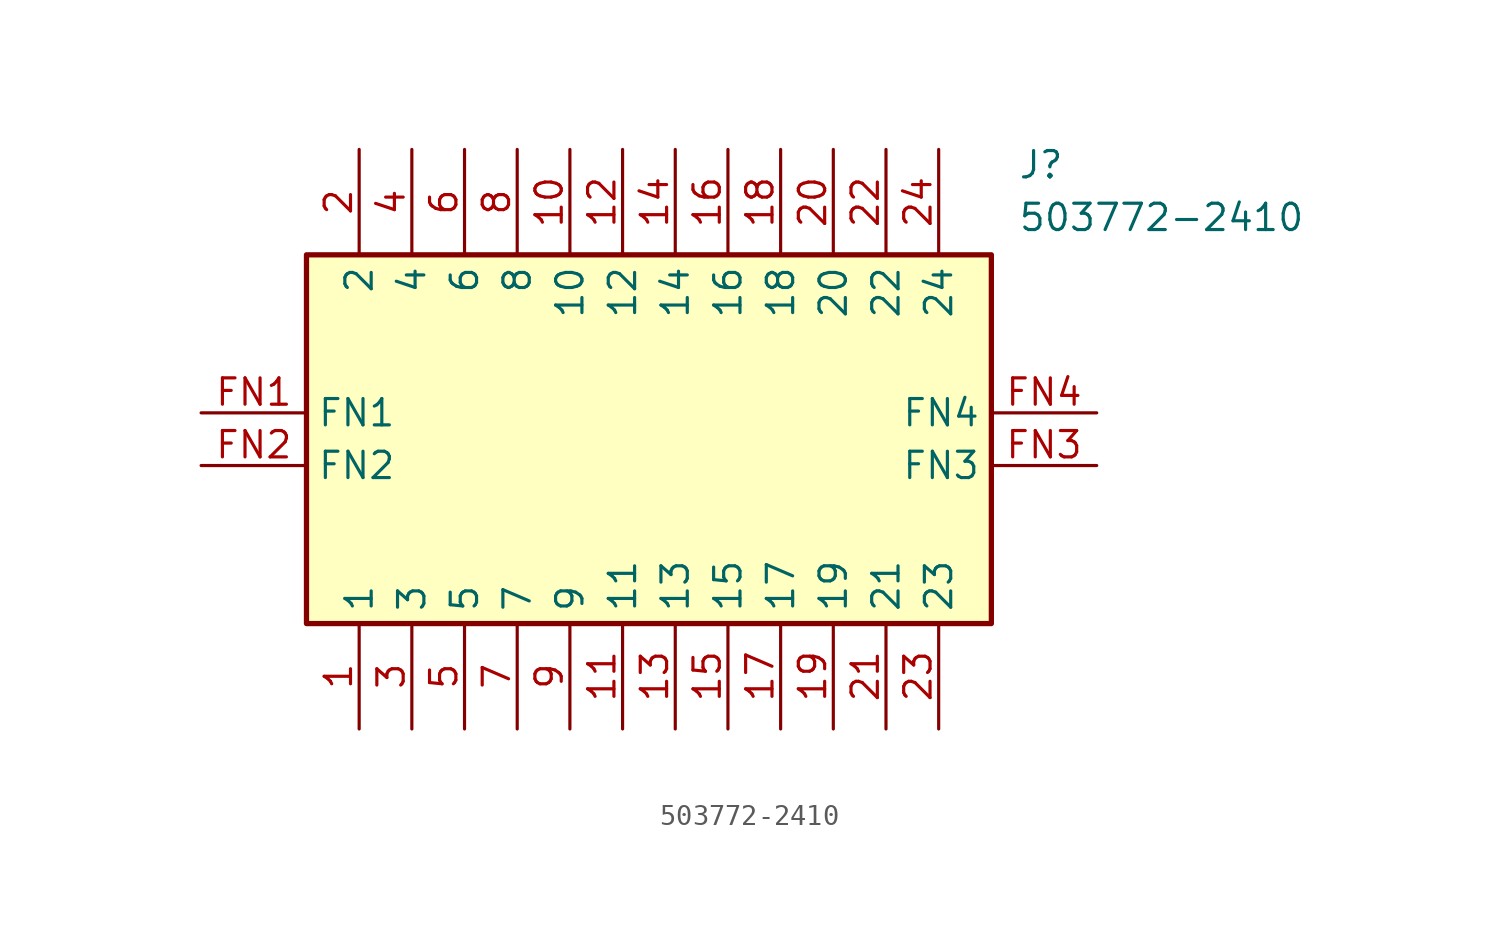
<source format=kicad_sym>
(kicad_symbol_lib
  (version 20211014)
  (generator SamacSys_ECAD_Model)
  (symbol "503772-2410"
    (property "Reference" "J"
      (at 39.37 12.7 0)
      (effects (font (size 1.27 1.27)) (justify left top)))
    (property "Value" "503772-2410"
      (at 39.37 10.16 0)
      (effects (font (size 1.27 1.27)) (justify left top)))
    (rectangle
      (start 5.08 7.62)
      (end 38.1 -10.16)
      (stroke (width 0.254) (type default))
      (fill (type background)))
    (pin passive line
      (at 7.62 -15.24 90)
      (length 5.08)
      (name "1" (effects (font (size 1.27 1.27))))
      (number "1" (effects (font (size 1.27 1.27)))))
    (pin passive line
      (at 7.62 12.7 270)
      (length 5.08)
      (name "2" (effects (font (size 1.27 1.27))))
      (number "2" (effects (font (size 1.27 1.27)))))
    (pin passive line
      (at 10.16 -15.24 90)
      (length 5.08)
      (name "3" (effects (font (size 1.27 1.27))))
      (number "3" (effects (font (size 1.27 1.27)))))
    (pin passive line
      (at 10.16 12.7 270)
      (length 5.08)
      (name "4" (effects (font (size 1.27 1.27))))
      (number "4" (effects (font (size 1.27 1.27)))))
    (pin passive line
      (at 12.7 -15.24 90)
      (length 5.08)
      (name "5" (effects (font (size 1.27 1.27))))
      (number "5" (effects (font (size 1.27 1.27)))))
    (pin passive line
      (at 12.7 12.7 270)
      (length 5.08)
      (name "6" (effects (font (size 1.27 1.27))))
      (number "6" (effects (font (size 1.27 1.27)))))
    (pin passive line
      (at 15.24 -15.24 90)
      (length 5.08)
      (name "7" (effects (font (size 1.27 1.27))))
      (number "7" (effects (font (size 1.27 1.27)))))
    (pin passive line
      (at 15.24 12.7 270)
      (length 5.08)
      (name "8" (effects (font (size 1.27 1.27))))
      (number "8" (effects (font (size 1.27 1.27)))))
    (pin passive line
      (at 17.78 -15.24 90)
      (length 5.08)
      (name "9" (effects (font (size 1.27 1.27))))
      (number "9" (effects (font (size 1.27 1.27)))))
    (pin passive line
      (at 17.78 12.7 270)
      (length 5.08)
      (name "10" (effects (font (size 1.27 1.27))))
      (number "10" (effects (font (size 1.27 1.27)))))
    (pin passive line
      (at 20.32 -15.24 90)
      (length 5.08)
      (name "11" (effects (font (size 1.27 1.27))))
      (number "11" (effects (font (size 1.27 1.27)))))
    (pin passive line
      (at 20.32 12.7 270)
      (length 5.08)
      (name "12" (effects (font (size 1.27 1.27))))
      (number "12" (effects (font (size 1.27 1.27)))))
    (pin passive line
      (at 22.86 -15.24 90)
      (length 5.08)
      (name "13" (effects (font (size 1.27 1.27))))
      (number "13" (effects (font (size 1.27 1.27)))))
    (pin passive line
      (at 22.86 12.7 270)
      (length 5.08)
      (name "14" (effects (font (size 1.27 1.27))))
      (number "14" (effects (font (size 1.27 1.27)))))
    (pin passive line
      (at 25.4 -15.24 90)
      (length 5.08)
      (name "15" (effects (font (size 1.27 1.27))))
      (number "15" (effects (font (size 1.27 1.27)))))
    (pin passive line
      (at 25.4 12.7 270)
      (length 5.08)
      (name "16" (effects (font (size 1.27 1.27))))
      (number "16" (effects (font (size 1.27 1.27)))))
    (pin passive line
      (at 27.94 -15.24 90)
      (length 5.08)
      (name "17" (effects (font (size 1.27 1.27))))
      (number "17" (effects (font (size 1.27 1.27)))))
    (pin passive line
      (at 27.94 12.7 270)
      (length 5.08)
      (name "18" (effects (font (size 1.27 1.27))))
      (number "18" (effects (font (size 1.27 1.27)))))
    (pin passive line
      (at 30.48 -15.24 90)
      (length 5.08)
      (name "19" (effects (font (size 1.27 1.27))))
      (number "19" (effects (font (size 1.27 1.27)))))
    (pin passive line
      (at 30.48 12.7 270)
      (length 5.08)
      (name "20" (effects (font (size 1.27 1.27))))
      (number "20" (effects (font (size 1.27 1.27)))))
    (pin passive line
      (at 33.02 -15.24 90)
      (length 5.08)
      (name "21" (effects (font (size 1.27 1.27))))
      (number "21" (effects (font (size 1.27 1.27)))))
    (pin passive line
      (at 33.02 12.7 270)
      (length 5.08)
      (name "22" (effects (font (size 1.27 1.27))))
      (number "22" (effects (font (size 1.27 1.27)))))
    (pin passive line
      (at 35.56 -15.24 90)
      (length 5.08)
      (name "23" (effects (font (size 1.27 1.27))))
      (number "23" (effects (font (size 1.27 1.27)))))
    (pin passive line
      (at 35.56 12.7 270)
      (length 5.08)
      (name "24" (effects (font (size 1.27 1.27))))
      (number "24" (effects (font (size 1.27 1.27)))))
    (pin passive line
      (at 0 0 0)
      (length 5.08)
      (name "FN1" (effects (font (size 1.27 1.27))))
      (number "FN1" (effects (font (size 1.27 1.27)))))
    (pin passive line
      (at 0 -2.54 0)
      (length 5.08)
      (name "FN2" (effects (font (size 1.27 1.27))))
      (number "FN2" (effects (font (size 1.27 1.27)))))
    (pin passive line
      (at 43.18 -2.54 180)
      (length 5.08)
      (name "FN3" (effects (font (size 1.27 1.27))))
      (number "FN3" (effects (font (size 1.27 1.27)))))
    (pin passive line
      (at 43.18 0 180)
      (length 5.08)
      (name "FN4" (effects (font (size 1.27 1.27))))
      (number "FN4" (effects (font (size 1.27 1.27)))))))
</source>
